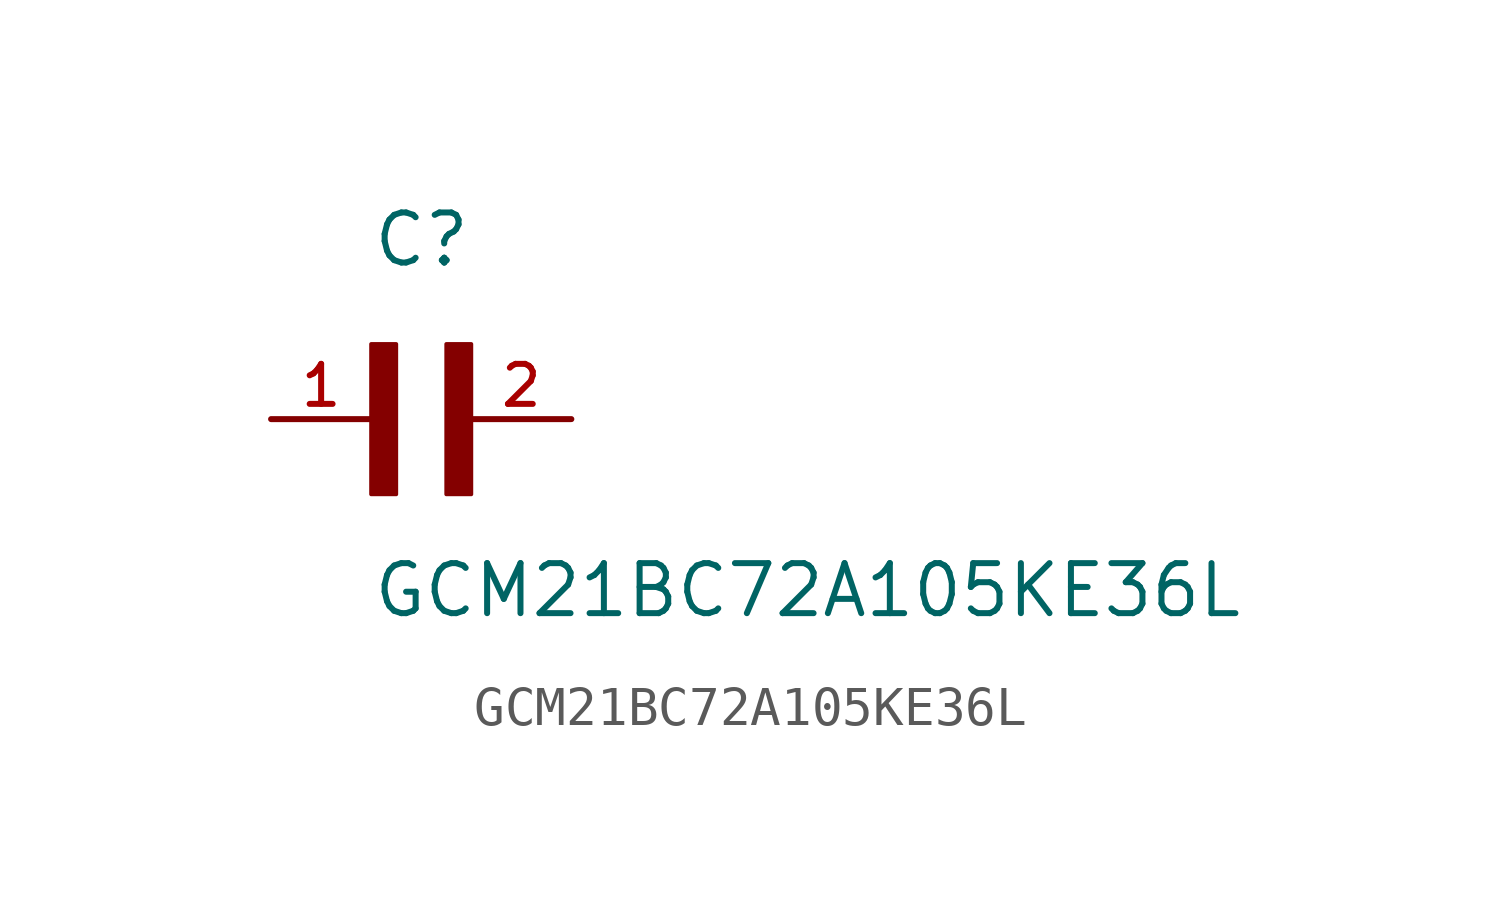
<source format=kicad_sym>
(kicad_symbol_lib
  (version 20211014)
  (generator kicad_symbol_editor)
  (symbol "GCM21BC72A105KE36L"
    (pin_names
      (offset 1.016))
    (property "Reference" "C"
      (at 0.0 3.811 0)
      (effects (font (size 1.27 1.27)) (justify bottom left)))
    (property "Value" "GCM21BC72A105KE36L"
      (at 0.0 -5.088 0)
      (effects (font (size 1.27 1.27)) (justify bottom left)))
    (symbol "GCM21BC72A105KE36L_0_0"
      (rectangle (start 0.0 -1.907) (end 0.635 1.905) (stroke (width 0.1)) (fill (type outline)))
      (rectangle (start 1.907 -1.907) (end 2.54 1.905) (stroke (width 0.1)) (fill (type outline)))
      (pin passive line (at 5.08 0.0 180.0) (length 2.54) (name "~" (effects (font (size 1.016 1.016)))) (number "2" (effects (font (size 1.016 1.016)))))
      (pin passive line (at -2.54 0.0 0) (length 2.54) (name "~" (effects (font (size 1.016 1.016)))) (number "1" (effects (font (size 1.016 1.016))))))))
</source>
